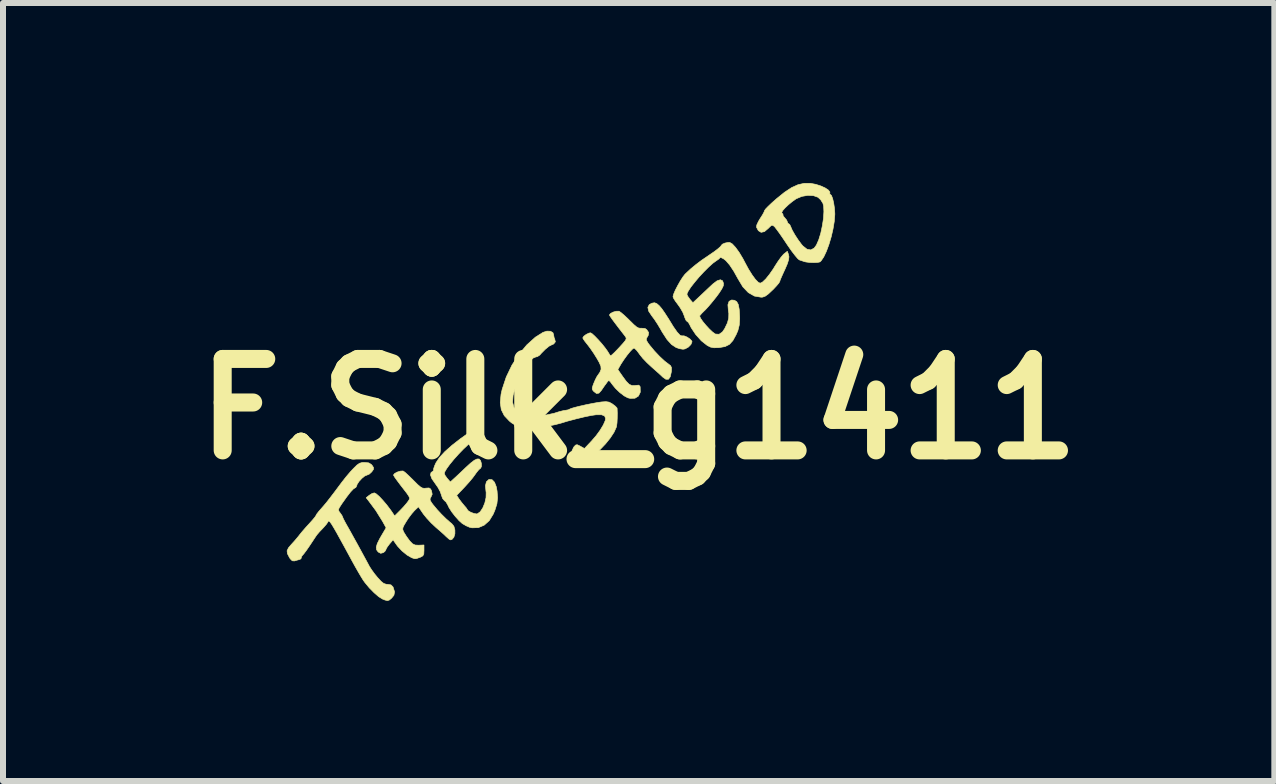
<source format=kicad_pcb>
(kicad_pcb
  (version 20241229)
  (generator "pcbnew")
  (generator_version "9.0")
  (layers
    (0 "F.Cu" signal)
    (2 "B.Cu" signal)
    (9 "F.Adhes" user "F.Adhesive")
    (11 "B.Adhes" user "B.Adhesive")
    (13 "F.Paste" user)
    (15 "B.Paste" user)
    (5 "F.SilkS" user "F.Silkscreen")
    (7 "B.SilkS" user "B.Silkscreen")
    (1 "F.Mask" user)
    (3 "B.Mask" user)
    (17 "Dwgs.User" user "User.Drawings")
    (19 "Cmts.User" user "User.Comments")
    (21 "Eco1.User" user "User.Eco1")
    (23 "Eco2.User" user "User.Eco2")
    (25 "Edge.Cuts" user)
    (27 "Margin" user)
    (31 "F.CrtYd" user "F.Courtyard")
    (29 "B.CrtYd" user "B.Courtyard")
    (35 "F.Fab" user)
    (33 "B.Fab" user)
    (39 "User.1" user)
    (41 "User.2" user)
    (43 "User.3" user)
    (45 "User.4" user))
  (footprint "F.Silk_g1411"
    (layer "F.Cu")
    (at 7.591 3.765)
    (property "Reference" "F.Silk_g1411" (at 0 0 0) (layer "F.SilkS") (effects (font (size 1.524 1.524) (thickness 0.3))))
    (attr through_hole)
    (fp_poly (pts (xy 0.3 -1.758) (xy 0.341 -1.723) (xy 0.381 -1.677) (xy 0.431 -1.606) (xy 0.484 -1.524) (xy 0.502 -1.496) (xy 0.579 -1.37) (xy 0.641 -1.282) (xy 0.688 -1.231) (xy 0.72 -1.218) (xy 0.723 -1.219) (xy 0.757 -1.219) (xy 0.806 -1.199) (xy 0.853 -1.168) (xy 0.884 -1.135) (xy 0.889 -1.121) (xy 0.871 -1.076) (xy 0.828 -1.032) (xy 0.773 -1.002) (xy 0.739 -0.996) (xy 0.682 -1.005) (xy 0.624 -1.025) (xy 0.549 -1.074) (xy 0.473 -1.158) (xy 0.394 -1.279) (xy 0.366 -1.329) (xy 0.316 -1.413) (xy 0.262 -1.495) (xy 0.217 -1.555) (xy 0.166 -1.632) (xy 0.153 -1.694) (xy 0.177 -1.74) (xy 0.219 -1.763) (xy 0.263 -1.771) (xy 0.3 -1.758)) (stroke (width 0.01) (type solid)) (fill yes) (layer "F.SilkS"))
    (fp_poly (pts (xy 2.863 -3.76) (xy 2.95 -3.744) (xy 3.034 -3.717) (xy 3.107 -3.684) (xy 3.16 -3.649) (xy 3.186 -3.615) (xy 3.184 -3.596) (xy 3.187 -3.578) (xy 3.192 -3.577) (xy 3.212 -3.558) (xy 3.232 -3.506) (xy 3.249 -3.433) (xy 3.262 -3.347) (xy 3.268 -3.261) (xy 3.268 -3.239) (xy 3.259 -3.125) (xy 3.238 -2.999) (xy 3.208 -2.869) (xy 3.17 -2.742) (xy 3.128 -2.628) (xy 3.084 -2.535) (xy 3.041 -2.471) (xy 3.02 -2.451) (xy 2.983 -2.443) (xy 2.921 -2.44) (xy 2.85 -2.442) (xy 2.787 -2.45) (xy 2.762 -2.456) (xy 2.705 -2.475) (xy 2.676 -2.485) (xy 2.649 -2.508) (xy 2.605 -2.56) (xy 2.549 -2.633) (xy 2.487 -2.722) (xy 2.466 -2.753) (xy 2.403 -2.847) (xy 2.345 -2.931) (xy 2.297 -2.996) (xy 2.266 -3.036) (xy 2.26 -3.042) (xy 2.234 -3.061) (xy 2.21 -3.059) (xy 2.178 -3.029) (xy 2.159 -3.01) (xy 2.096 -2.956) (xy 2.04 -2.944) (xy 1.994 -2.972) (xy 1.963 -3.03) (xy 1.968 -3.067) (xy 1.995 -3.125) (xy 2.023 -3.172) (xy 2.062 -3.233) (xy 2.085 -3.275) (xy 2.383 -3.275) (xy 2.387 -3.265) (xy 2.405 -3.247) (xy 2.403 -3.24) (xy 2.409 -3.215) (xy 2.435 -3.185) (xy 2.466 -3.147) (xy 2.477 -3.119) (xy 2.488 -3.093) (xy 2.496 -3.09) (xy 2.517 -3.073) (xy 2.531 -3.044) (xy 2.558 -2.981) (xy 2.604 -2.9) (xy 2.659 -2.816) (xy 2.714 -2.742) (xy 2.737 -2.716) (xy 2.804 -2.663) (xy 2.867 -2.651) (xy 2.924 -2.681) (xy 2.961 -2.731) (xy 3 -2.819) (xy 3.034 -2.93) (xy 3.06 -3.052) (xy 3.079 -3.175) (xy 3.086 -3.288) (xy 3.082 -3.38) (xy 3.07 -3.427) (xy 3.033 -3.486) (xy 2.988 -3.528) (xy 2.913 -3.555) (xy 2.818 -3.56) (xy 2.719 -3.543) (xy 2.628 -3.505) (xy 2.621 -3.501) (xy 2.558 -3.456) (xy 2.495 -3.404) (xy 2.44 -3.352) (xy 2.4 -3.307) (xy 2.383 -3.275) (xy 2.085 -3.275) (xy 2.089 -3.283) (xy 2.097 -3.306) (xy 2.113 -3.33) (xy 2.155 -3.374) (xy 2.217 -3.433) (xy 2.293 -3.5) (xy 2.296 -3.503) (xy 2.431 -3.612) (xy 2.548 -3.689) (xy 2.654 -3.737) (xy 2.755 -3.76) (xy 2.859 -3.76) (xy 2.863 -3.76)) (stroke (width 0.01) (type solid)) (fill yes) (layer "F.SilkS"))
    (fp_poly (pts (xy -2.684 0.336) (xy -2.673 0.345) (xy -2.652 0.388) (xy -2.668 0.44) (xy -2.725 0.5) (xy -2.777 0.541) (xy -2.845 0.596) (xy -2.922 0.669) (xy -3.002 0.752) (xy -3.079 0.838) (xy -3.147 0.921) (xy -3.2 0.994) (xy -3.232 1.049) (xy -3.238 1.073) (xy -3.226 1.105) (xy -3.194 1.15) (xy -3.188 1.157) (xy -3.138 1.215) (xy -3.07 1.153) (xy -3.019 1.106) (xy -2.952 1.043) (xy -2.884 0.978) (xy -2.801 0.902) (xy -2.739 0.854) (xy -2.693 0.832) (xy -2.659 0.832) (xy -2.657 0.833) (xy -2.634 0.859) (xy -2.621 0.905) (xy -2.619 0.953) (xy -2.632 0.985) (xy -2.637 0.988) (xy -2.663 1.01) (xy -2.701 1.056) (xy -2.722 1.086) (xy -2.765 1.145) (xy -2.826 1.218) (xy -2.894 1.293) (xy -2.906 1.306) (xy -3.032 1.438) (xy -2.994 1.497) (xy -2.95 1.556) (xy -2.907 1.608) (xy -2.873 1.647) (xy -2.858 1.671) (xy -2.857 1.673) (xy -2.839 1.696) (xy -2.796 1.721) (xy -2.744 1.74) (xy -2.699 1.748) (xy -2.688 1.746) (xy -2.64 1.712) (xy -2.597 1.647) (xy -2.563 1.564) (xy -2.543 1.475) (xy -2.541 1.391) (xy -2.544 1.37) (xy -2.553 1.279) (xy -2.537 1.212) (xy -2.497 1.175) (xy -2.492 1.173) (xy -2.443 1.177) (xy -2.402 1.219) (xy -2.372 1.296) (xy -2.359 1.367) (xy -2.351 1.48) (xy -2.362 1.58) (xy -2.395 1.685) (xy -2.423 1.751) (xy -2.489 1.859) (xy -2.574 1.935) (xy -2.671 1.976) (xy -2.776 1.979) (xy -2.82 1.969) (xy -2.877 1.944) (xy -2.938 1.908) (xy -2.942 1.905) (xy -2.994 1.858) (xy -3.055 1.79) (xy -3.114 1.714) (xy -3.16 1.642) (xy -3.184 1.592) (xy -3.212 1.546) (xy -3.237 1.525) (xy -3.266 1.491) (xy -3.286 1.437) (xy -3.287 1.431) (xy -3.307 1.375) (xy -3.345 1.305) (xy -3.385 1.248) (xy -3.445 1.162) (xy -3.469 1.098) (xy -3.459 1.057) (xy -3.44 1.045) (xy -3.417 1.026) (xy -3.418 1.017) (xy -3.415 0.99) (xy -3.397 0.939) (xy -3.377 0.895) (xy -3.321 0.81) (xy -3.231 0.712) (xy -3.111 0.605) (xy -2.966 0.492) (xy -2.864 0.42) (xy -2.787 0.37) (xy -2.737 0.341) (xy -2.705 0.331) (xy -2.684 0.336)) (stroke (width 0.01) (type solid)) (fill yes) (layer "F.SilkS"))
    (fp_poly (pts (xy -1.47 -1.296) (xy -1.429 -1.273) (xy -1.418 -1.241) (xy -1.409 -1.19) (xy -1.399 -1.166) (xy -1.388 -1.12) (xy -1.416 -1.084) (xy -1.446 -1.071) (xy -1.495 -1.046) (xy -1.558 -0.994) (xy -1.626 -0.925) (xy -1.647 -0.9) (xy -1.688 -0.873) (xy -1.713 -0.868) (xy -1.757 -0.85) (xy -1.812 -0.8) (xy -1.872 -0.726) (xy -1.931 -0.635) (xy -1.982 -0.538) (xy -2.052 -0.369) (xy -2.092 -0.228) (xy -2.101 -0.114) (xy -2.078 -0.026) (xy -2.023 0.039) (xy -1.935 0.082) (xy -1.812 0.104) (xy -1.695 0.109) (xy -1.539 0.099) (xy -1.409 0.071) (xy -1.388 0.064) (xy -1.314 0.041) (xy -1.251 0.026) (xy -1.218 0.021) (xy -1.172 0.013) (xy -1.153 0.003) (xy -1.123 -0.01) (xy -1.061 -0.028) (xy -0.977 -0.049) (xy -0.88 -0.071) (xy -0.78 -0.091) (xy -0.687 -0.108) (xy -0.618 -0.118) (xy -0.545 -0.123) (xy -0.493 -0.115) (xy -0.444 -0.089) (xy -0.433 -0.081) (xy -0.387 -0.046) (xy -0.361 -0.017) (xy -0.359 -0.011) (xy -0.356 0.067) (xy -0.357 0.153) (xy -0.361 0.232) (xy -0.369 0.289) (xy -0.371 0.299) (xy -0.41 0.386) (xy -0.473 0.482) (xy -0.552 0.58) (xy -0.641 0.673) (xy -0.733 0.755) (xy -0.821 0.819) (xy -0.899 0.858) (xy -0.946 0.868) (xy -0.994 0.854) (xy -1.044 0.821) (xy -1.045 0.82) (xy -1.098 0.755) (xy -1.11 0.693) (xy -1.081 0.633) (xy -1.081 0.633) (xy -1.052 0.601) (xy -1.026 0.594) (xy -0.988 0.611) (xy -0.971 0.62) (xy -0.903 0.658) (xy -0.789 0.537) (xy -0.71 0.446) (xy -0.642 0.353) (xy -0.589 0.265) (xy -0.557 0.192) (xy -0.551 0.156) (xy -0.568 0.115) (xy -0.619 0.095) (xy -0.707 0.095) (xy -0.79 0.107) (xy -0.907 0.131) (xy -1.047 0.165) (xy -1.19 0.203) (xy -1.291 0.234) (xy -1.386 0.259) (xy -1.496 0.282) (xy -1.61 0.301) (xy -1.715 0.314) (xy -1.802 0.32) (xy -1.857 0.317) (xy -1.957 0.296) (xy -2.026 0.277) (xy -2.076 0.256) (xy -2.119 0.229) (xy -2.155 0.199) (xy -2.239 0.11) (xy -2.289 0.01) (xy -2.306 -0.107) (xy -2.293 -0.246) (xy -2.274 -0.329) (xy -2.206 -0.534) (xy -2.112 -0.73) (xy -1.996 -0.91) (xy -1.864 -1.068) (xy -1.721 -1.197) (xy -1.594 -1.277) (xy -1.529 -1.298) (xy -1.47 -1.296)) (stroke (width 0.01) (type solid)) (fill yes) (layer "F.SilkS"))
    (fp_poly (pts (xy -3.919 1.036) (xy -3.889 1.058) (xy -3.839 1.104) (xy -3.777 1.164) (xy -3.749 1.192) (xy -3.683 1.258) (xy -3.637 1.297) (xy -3.602 1.317) (xy -3.57 1.321) (xy -3.543 1.318) (xy -3.493 1.315) (xy -3.466 1.333) (xy -3.451 1.364) (xy -3.44 1.42) (xy -3.46 1.465) (xy -3.476 1.495) (xy -3.473 1.523) (xy -3.449 1.563) (xy -3.424 1.596) (xy -3.362 1.671) (xy -3.287 1.752) (xy -3.21 1.828) (xy -3.142 1.888) (xy -3.115 1.909) (xy -3.079 1.953) (xy -3.062 2.014) (xy -3.062 2.079) (xy -3.079 2.136) (xy -3.111 2.173) (xy -3.137 2.18) (xy -3.161 2.166) (xy -3.198 2.133) (xy -3.201 2.131) (xy -3.24 2.093) (xy -3.3 2.039) (xy -3.369 1.98) (xy -3.38 1.97) (xy -3.457 1.898) (xy -3.532 1.817) (xy -3.59 1.745) (xy -3.591 1.743) (xy -3.669 1.629) (xy -3.735 1.692) (xy -3.782 1.746) (xy -3.836 1.818) (xy -3.873 1.875) (xy -3.911 1.939) (xy -3.929 1.98) (xy -3.93 2.011) (xy -3.917 2.044) (xy -3.908 2.06) (xy -3.87 2.121) (xy -3.822 2.187) (xy -3.812 2.2) (xy -3.767 2.246) (xy -3.724 2.266) (xy -3.665 2.269) (xy -3.577 2.265) (xy -3.577 2.356) (xy -3.58 2.415) (xy -3.596 2.446) (xy -3.633 2.467) (xy -3.647 2.472) (xy -3.697 2.49) (xy -3.727 2.494) (xy -3.757 2.486) (xy -3.784 2.476) (xy -3.86 2.432) (xy -3.943 2.364) (xy -4.016 2.286) (xy -4.036 2.259) (xy -4.092 2.179) (xy -4.151 2.248) (xy -4.188 2.297) (xy -4.209 2.335) (xy -4.211 2.343) (xy -4.229 2.373) (xy -4.256 2.393) (xy -4.298 2.404) (xy -4.336 2.384) (xy -4.342 2.379) (xy -4.367 2.345) (xy -4.372 2.302) (xy -4.355 2.242) (xy -4.314 2.16) (xy -4.283 2.106) (xy -4.208 1.979) (xy -4.266 1.873) (xy -4.38 1.69) (xy -4.493 1.538) (xy -4.54 1.478) (xy -4.49 1.438) (xy -4.443 1.408) (xy -4.404 1.397) (xy -4.373 1.413) (xy -4.323 1.456) (xy -4.263 1.52) (xy -4.198 1.596) (xy -4.137 1.677) (xy -4.119 1.702) (xy -4.066 1.781) (xy -3.972 1.687) (xy -3.915 1.627) (xy -3.866 1.57) (xy -3.842 1.538) (xy -3.826 1.514) (xy -3.817 1.495) (xy -3.819 1.474) (xy -3.834 1.445) (xy -3.865 1.4) (xy -3.916 1.334) (xy -3.974 1.259) (xy -4.024 1.192) (xy -4.063 1.138) (xy -4.083 1.104) (xy -4.085 1.099) (xy -4.067 1.075) (xy -4.024 1.051) (xy -3.972 1.035) (xy -3.928 1.032) (xy -3.919 1.036)) (stroke (width 0.01) (type solid)) (fill yes) (layer "F.SilkS"))
    (fp_poly (pts (xy -4.498 0.897) (xy -4.455 0.923) (xy -4.44 0.94) (xy -4.417 0.977) (xy -4.419 1.006) (xy -4.447 1.046) (xy -4.488 1.084) (xy -4.528 1.101) (xy -4.529 1.101) (xy -4.566 1.117) (xy -4.613 1.156) (xy -4.659 1.206) (xy -4.691 1.255) (xy -4.699 1.281) (xy -4.714 1.309) (xy -4.725 1.313) (xy -4.754 1.332) (xy -4.802 1.383) (xy -4.866 1.466) (xy -4.944 1.576) (xy -4.957 1.596) (xy -4.99 1.647) (xy -5.002 1.678) (xy -4.993 1.705) (xy -4.973 1.732) (xy -4.944 1.773) (xy -4.932 1.8) (xy -4.932 1.8) (xy -4.922 1.825) (xy -4.896 1.876) (xy -4.859 1.943) (xy -4.854 1.951) (xy -4.81 2.029) (xy -4.751 2.136) (xy -4.681 2.262) (xy -4.607 2.398) (xy -4.532 2.536) (xy -4.485 2.624) (xy -4.45 2.678) (xy -4.399 2.748) (xy -4.349 2.809) (xy -4.292 2.871) (xy -4.249 2.905) (xy -4.209 2.919) (xy -4.183 2.921) (xy -4.127 2.93) (xy -4.094 2.963) (xy -4.089 2.975) (xy -4.067 3.047) (xy -4.078 3.103) (xy -4.115 3.149) (xy -4.154 3.182) (xy -4.186 3.192) (xy -4.228 3.182) (xy -4.27 3.165) (xy -4.332 3.126) (xy -4.407 3.061) (xy -4.487 2.98) (xy -4.56 2.892) (xy -4.591 2.849) (xy -4.622 2.799) (xy -4.668 2.721) (xy -4.723 2.625) (xy -4.782 2.518) (xy -4.804 2.477) (xy -4.898 2.304) (xy -4.974 2.166) (xy -5.033 2.059) (xy -5.079 1.979) (xy -5.113 1.923) (xy -5.138 1.887) (xy -5.155 1.87) (xy -5.166 1.866) (xy -5.175 1.874) (xy -5.179 1.884) (xy -5.201 1.917) (xy -5.242 1.965) (xy -5.268 1.993) (xy -5.317 2.044) (xy -5.354 2.087) (xy -5.366 2.102) (xy -5.387 2.133) (xy -5.424 2.189) (xy -5.471 2.26) (xy -5.485 2.281) (xy -5.533 2.351) (xy -5.575 2.407) (xy -5.603 2.44) (xy -5.607 2.444) (xy -5.622 2.468) (xy -5.62 2.476) (xy -5.628 2.496) (xy -5.651 2.507) (xy -5.709 2.523) (xy -5.736 2.531) (xy -5.772 2.528) (xy -5.806 2.494) (xy -5.82 2.472) (xy -5.852 2.41) (xy -5.858 2.362) (xy -5.835 2.313) (xy -5.784 2.253) (xy -5.725 2.188) (xy -5.669 2.121) (xy -5.649 2.095) (xy -5.606 2.042) (xy -5.546 1.973) (xy -5.485 1.906) (xy -5.433 1.848) (xy -5.394 1.801) (xy -5.377 1.775) (xy -5.376 1.773) (xy -5.363 1.749) (xy -5.329 1.705) (xy -5.295 1.666) (xy -5.252 1.617) (xy -5.203 1.559) (xy -5.146 1.486) (xy -5.074 1.392) (xy -4.985 1.273) (xy -4.938 1.21) (xy -4.874 1.129) (xy -4.801 1.043) (xy -4.751 0.99) (xy -4.694 0.934) (xy -4.651 0.904) (xy -4.607 0.891) (xy -4.565 0.89) (xy -4.498 0.897)) (stroke (width 0.01) (type solid)) (fill yes) (layer "F.SilkS"))
    (fp_poly (pts (xy -0.326 -1.629) (xy -0.294 -1.607) (xy -0.242 -1.563) (xy -0.179 -1.504) (xy -0.15 -1.475) (xy -0.082 -1.408) (xy -0.035 -1.368) (xy 0.001 -1.349) (xy 0.032 -1.346) (xy 0.042 -1.347) (xy 0.106 -1.342) (xy 0.134 -1.323) (xy 0.166 -1.275) (xy 0.159 -1.226) (xy 0.141 -1.196) (xy 0.127 -1.17) (xy 0.131 -1.141) (xy 0.157 -1.098) (xy 0.185 -1.061) (xy 0.263 -0.967) (xy 0.349 -0.876) (xy 0.433 -0.798) (xy 0.495 -0.751) (xy 0.532 -0.722) (xy 0.547 -0.689) (xy 0.546 -0.636) (xy 0.544 -0.618) (xy 0.526 -0.537) (xy 0.496 -0.496) (xy 0.453 -0.496) (xy 0.398 -0.535) (xy 0.398 -0.536) (xy 0.359 -0.573) (xy 0.299 -0.627) (xy 0.23 -0.688) (xy 0.212 -0.704) (xy 0.138 -0.773) (xy 0.068 -0.846) (xy 0.017 -0.91) (xy 0.011 -0.919) (xy -0.029 -0.973) (xy -0.064 -1.008) (xy -0.079 -1.016) (xy -0.104 -0.999) (xy -0.145 -0.956) (xy -0.195 -0.894) (xy -0.247 -0.822) (xy -0.295 -0.749) (xy -0.308 -0.726) (xy -0.347 -0.658) (xy -0.265 -0.54) (xy -0.206 -0.46) (xy -0.158 -0.412) (xy -0.112 -0.391) (xy -0.059 -0.392) (xy -0.046 -0.394) (xy 0.001 -0.398) (xy 0.021 -0.38) (xy 0.025 -0.367) (xy 0.027 -0.28) (xy -0.004 -0.216) (xy -0.062 -0.18) (xy -0.143 -0.178) (xy -0.181 -0.187) (xy -0.241 -0.219) (xy -0.314 -0.275) (xy -0.385 -0.343) (xy -0.439 -0.409) (xy -0.474 -0.457) (xy -0.495 -0.474) (xy -0.512 -0.465) (xy -0.522 -0.452) (xy -0.551 -0.411) (xy -0.566 -0.392) (xy -0.588 -0.36) (xy -0.62 -0.313) (xy -0.62 -0.312) (xy -0.662 -0.265) (xy -0.703 -0.259) (xy -0.749 -0.294) (xy -0.749 -0.294) (xy -0.77 -0.321) (xy -0.774 -0.349) (xy -0.761 -0.394) (xy -0.749 -0.426) (xy -0.722 -0.489) (xy -0.697 -0.538) (xy -0.689 -0.55) (xy -0.646 -0.612) (xy -0.626 -0.663) (xy -0.63 -0.714) (xy -0.658 -0.778) (xy -0.695 -0.843) (xy -0.748 -0.928) (xy -0.805 -1.011) (xy -0.855 -1.077) (xy -0.856 -1.078) (xy -0.898 -1.131) (xy -0.925 -1.171) (xy -0.931 -1.186) (xy -0.914 -1.213) (xy -0.874 -1.243) (xy -0.828 -1.265) (xy -0.802 -1.27) (xy -0.776 -1.255) (xy -0.731 -1.214) (xy -0.675 -1.156) (xy -0.616 -1.09) (xy -0.562 -1.023) (xy -0.52 -0.965) (xy -0.499 -0.931) (xy -0.478 -0.897) (xy -0.464 -0.889) (xy -0.444 -0.904) (xy -0.402 -0.943) (xy -0.348 -0.999) (xy -0.32 -1.029) (xy -0.259 -1.096) (xy -0.223 -1.14) (xy -0.208 -1.169) (xy -0.211 -1.191) (xy -0.226 -1.214) (xy -0.228 -1.217) (xy -0.322 -1.338) (xy -0.392 -1.43) (xy -0.441 -1.496) (xy -0.471 -1.539) (xy -0.485 -1.562) (xy -0.487 -1.568) (xy -0.469 -1.592) (xy -0.425 -1.615) (xy -0.374 -1.629) (xy -0.33 -1.63) (xy -0.326 -1.629)) (stroke (width 0.01) (type solid)) (fill yes) (layer "F.SilkS"))
    (fp_poly (pts (xy 1.518 -2.775) (xy 1.56 -2.751) (xy 1.613 -2.694) (xy 1.674 -2.61) (xy 1.736 -2.507) (xy 1.77 -2.442) (xy 1.83 -2.331) (xy 1.89 -2.235) (xy 1.945 -2.16) (xy 1.992 -2.112) (xy 2.024 -2.096) (xy 2.063 -2.115) (xy 2.117 -2.166) (xy 2.179 -2.243) (xy 2.246 -2.339) (xy 2.266 -2.373) (xy 2.318 -2.454) (xy 2.368 -2.524) (xy 2.41 -2.574) (xy 2.422 -2.585) (xy 2.477 -2.628) (xy 2.495 -2.579) (xy 2.504 -2.537) (xy 2.498 -2.487) (xy 2.477 -2.42) (xy 2.438 -2.329) (xy 2.415 -2.28) (xy 2.383 -2.209) (xy 2.359 -2.153) (xy 2.35 -2.123) (xy 2.349 -2.122) (xy 2.335 -2.098) (xy 2.298 -2.054) (xy 2.245 -1.997) (xy 2.229 -1.982) (xy 2.161 -1.918) (xy 2.11 -1.881) (xy 2.067 -1.865) (xy 2.041 -1.863) (xy 1.929 -1.882) (xy 1.827 -1.94) (xy 1.735 -2.037) (xy 1.653 -2.174) (xy 1.584 -2.298) (xy 1.516 -2.4) (xy 1.453 -2.473) (xy 1.413 -2.504) (xy 1.374 -2.523) (xy 1.355 -2.524) (xy 1.355 -2.522) (xy 1.338 -2.502) (xy 1.299 -2.474) (xy 1.295 -2.472) (xy 1.236 -2.429) (xy 1.165 -2.365) (xy 1.086 -2.286) (xy 1.007 -2.201) (xy 0.934 -2.114) (xy 0.871 -2.034) (xy 0.827 -1.967) (xy 0.805 -1.92) (xy 0.804 -1.912) (xy 0.817 -1.88) (xy 0.849 -1.835) (xy 0.854 -1.828) (xy 0.904 -1.771) (xy 1.029 -1.888) (xy 1.102 -1.957) (xy 1.175 -2.026) (xy 1.234 -2.081) (xy 1.237 -2.084) (xy 1.306 -2.136) (xy 1.361 -2.154) (xy 1.398 -2.137) (xy 1.414 -2.092) (xy 1.41 -2.053) (xy 1.385 -2.001) (xy 1.338 -1.929) (xy 1.293 -1.868) (xy 1.228 -1.787) (xy 1.164 -1.711) (xy 1.11 -1.652) (xy 1.09 -1.633) (xy 1.047 -1.59) (xy 1.02 -1.558) (xy 1.016 -1.549) (xy 1.03 -1.514) (xy 1.067 -1.46) (xy 1.119 -1.397) (xy 1.176 -1.335) (xy 1.231 -1.283) (xy 1.274 -1.252) (xy 1.281 -1.249) (xy 1.341 -1.246) (xy 1.396 -1.285) (xy 1.433 -1.339) (xy 1.479 -1.435) (xy 1.5 -1.514) (xy 1.502 -1.593) (xy 1.494 -1.647) (xy 1.487 -1.737) (xy 1.506 -1.794) (xy 1.549 -1.817) (xy 1.595 -1.812) (xy 1.633 -1.79) (xy 1.66 -1.741) (xy 1.675 -1.662) (xy 1.682 -1.548) (xy 1.683 -1.503) (xy 1.676 -1.399) (xy 1.653 -1.307) (xy 1.623 -1.238) (xy 1.57 -1.141) (xy 1.512 -1.077) (xy 1.44 -1.041) (xy 1.344 -1.024) (xy 1.337 -1.023) (xy 1.256 -1.021) (xy 1.197 -1.032) (xy 1.143 -1.059) (xy 1.044 -1.137) (xy 0.951 -1.241) (xy 0.875 -1.355) (xy 0.852 -1.402) (xy 0.828 -1.444) (xy 0.806 -1.46) (xy 0.788 -1.479) (xy 0.768 -1.525) (xy 0.761 -1.548) (xy 0.735 -1.613) (xy 0.691 -1.689) (xy 0.655 -1.74) (xy 0.611 -1.799) (xy 0.581 -1.847) (xy 0.572 -1.872) (xy 0.582 -1.913) (xy 0.61 -1.979) (xy 0.65 -2.056) (xy 0.694 -2.134) (xy 0.738 -2.202) (xy 0.773 -2.247) (xy 0.775 -2.249) (xy 0.866 -2.334) (xy 0.953 -2.406) (xy 1.048 -2.478) (xy 1.166 -2.558) (xy 1.18 -2.568) (xy 1.259 -2.622) (xy 1.323 -2.671) (xy 1.364 -2.707) (xy 1.376 -2.725) (xy 1.394 -2.746) (xy 1.437 -2.765) (xy 1.487 -2.775) (xy 1.518 -2.775)) (stroke (width 0.01) (type solid)) (fill yes) (layer "F.SilkS")))
  (gr_rect
    (start -3 -3)
    (end 18.182 9.963)
    (stroke (width 0.1) (type default))
    (fill no)
    (layer "Edge.Cuts")))
</source>
